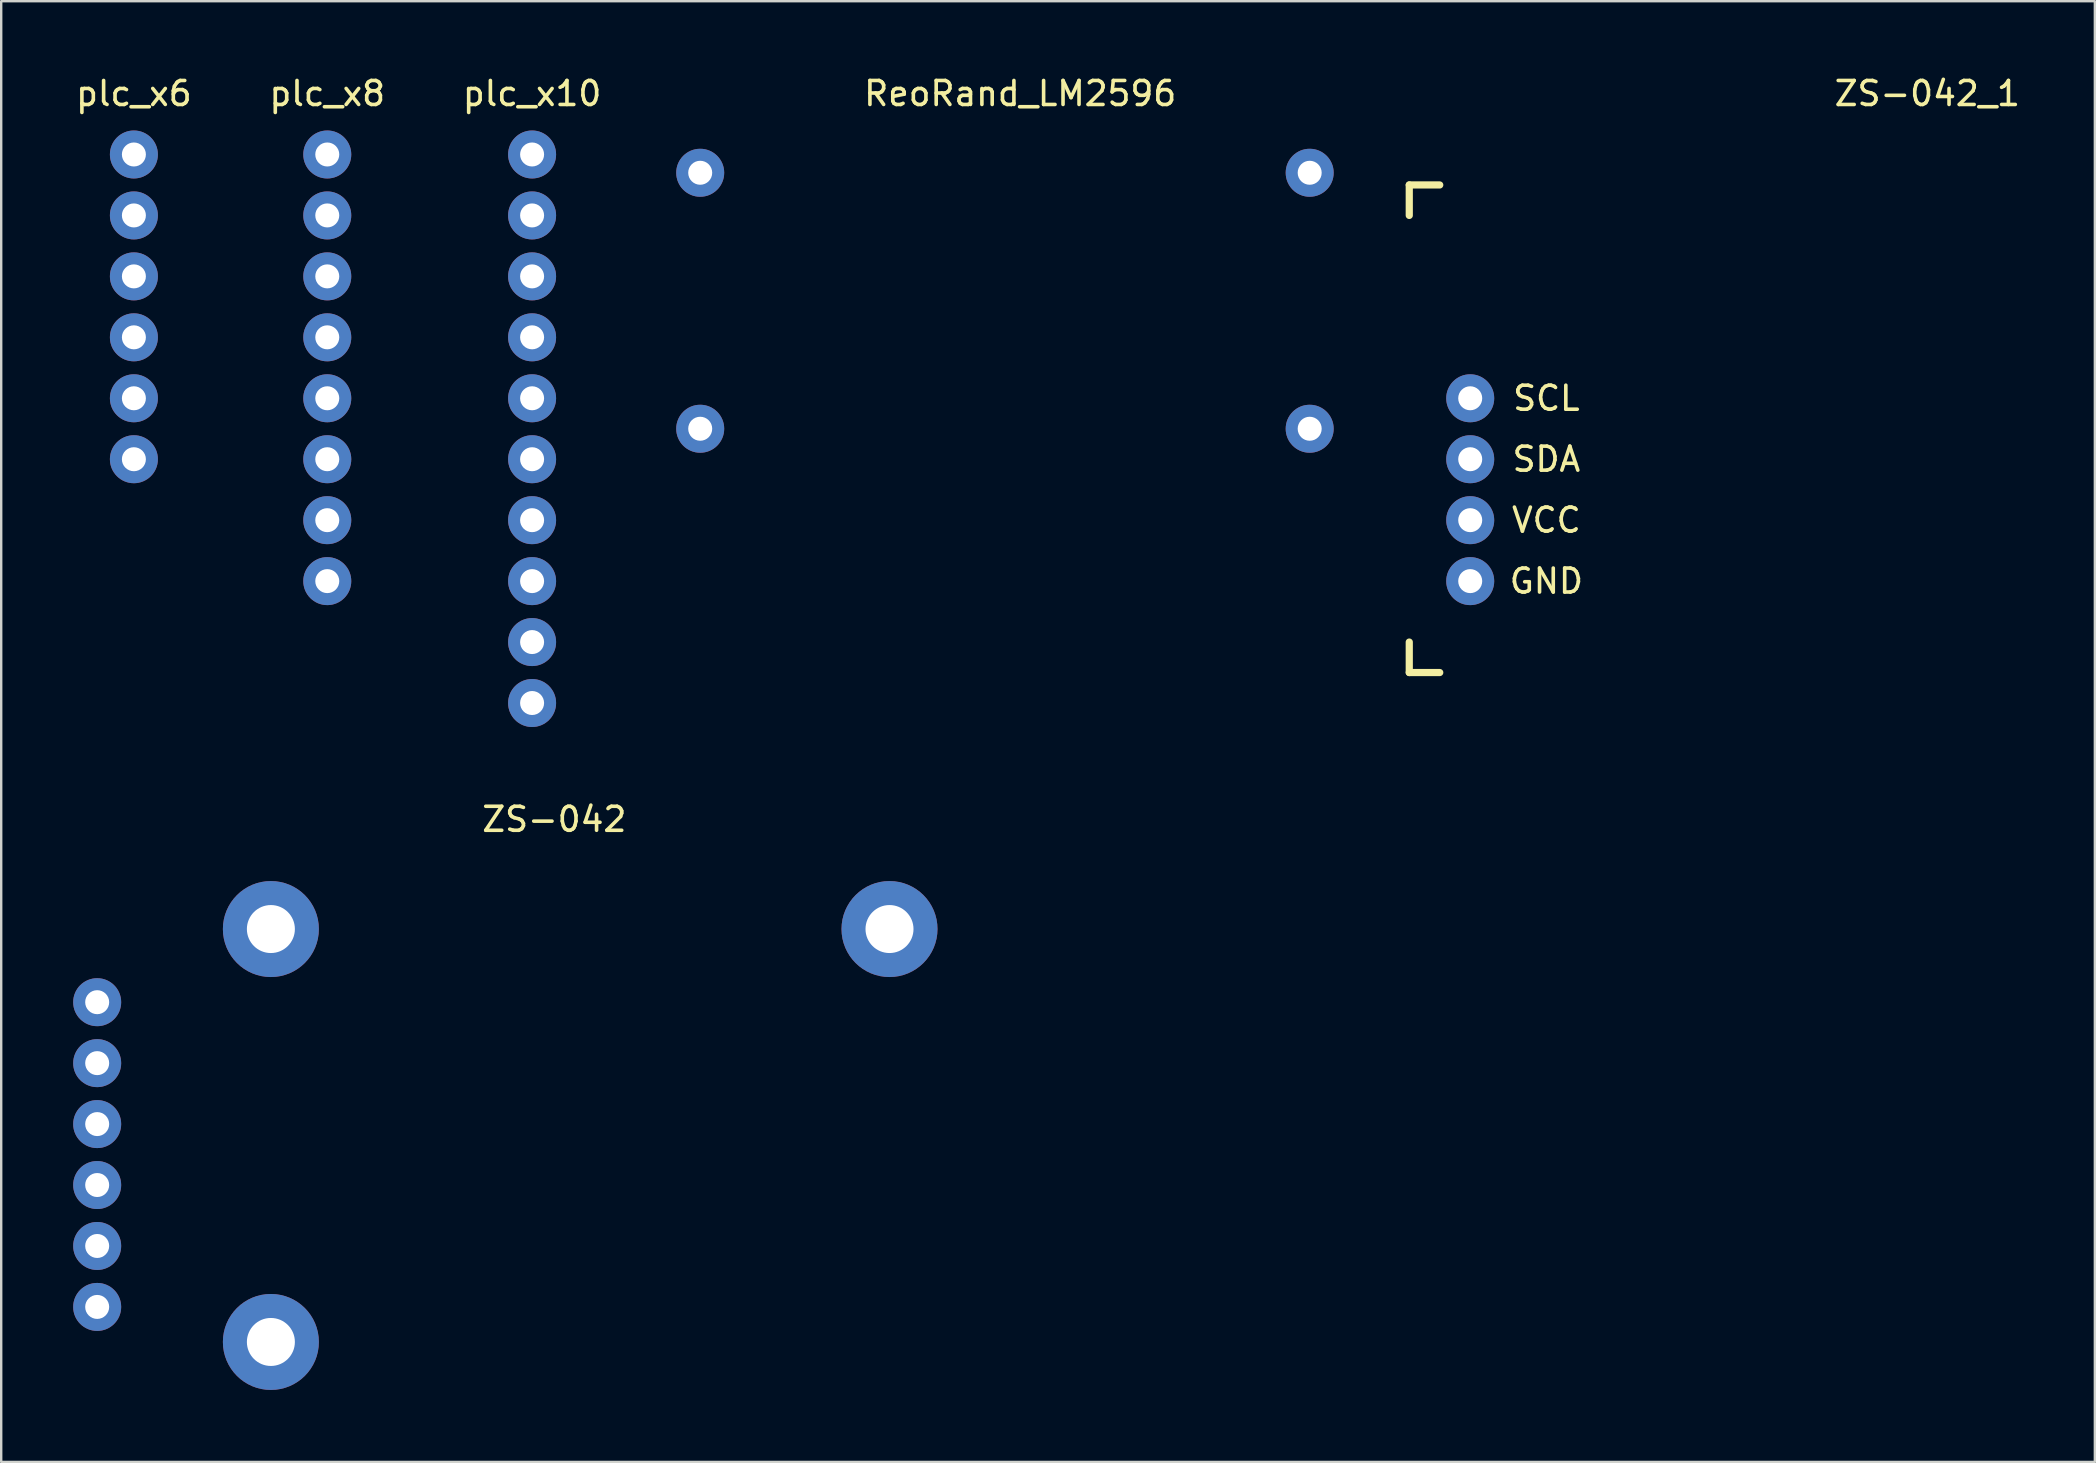
<source format=kicad_pcb>
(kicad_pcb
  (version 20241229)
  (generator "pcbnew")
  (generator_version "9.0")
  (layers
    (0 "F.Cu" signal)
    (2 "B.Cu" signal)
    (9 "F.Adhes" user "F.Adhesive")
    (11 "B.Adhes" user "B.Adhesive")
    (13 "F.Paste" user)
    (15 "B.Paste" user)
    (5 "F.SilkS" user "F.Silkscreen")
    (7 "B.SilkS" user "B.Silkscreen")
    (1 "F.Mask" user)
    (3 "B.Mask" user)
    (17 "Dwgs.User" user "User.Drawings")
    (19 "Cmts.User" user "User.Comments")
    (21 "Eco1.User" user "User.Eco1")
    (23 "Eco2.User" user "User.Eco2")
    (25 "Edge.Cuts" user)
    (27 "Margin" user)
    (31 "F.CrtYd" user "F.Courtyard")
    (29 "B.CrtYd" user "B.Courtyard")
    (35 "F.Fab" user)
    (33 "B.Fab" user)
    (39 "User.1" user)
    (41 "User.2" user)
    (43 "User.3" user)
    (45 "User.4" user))
  (footprint "ZS-042_1"
    (layer "F.Cu")
    (at 58.221 21.168)
    (property "Reference" "ZS-042_1" (at 19.05 -20.32 0) (layer "F.SilkS") (effects (font (size 1 1) (thickness 0.15))))
    (attr through_hole)
    (fp_line (start -2.54 -16.51) (end -2.54 -15.24) (stroke (width 0.3) (type solid)) (layer "F.SilkS"))
    (fp_line (start -2.54 3.81) (end -2.54 2.54) (stroke (width 0.3) (type solid)) (layer "F.SilkS"))
    (fp_line (start -1.27 -16.51) (end -2.54 -16.51) (stroke (width 0.3) (type solid)) (layer "F.SilkS"))
    (fp_line (start -1.27 3.81) (end -2.54 3.81) (stroke (width 0.3) (type solid)) (layer "F.SilkS"))
    (fp_text user "SDA" (at 3.175 -5.08 0) (layer "F.SilkS") (effects (font (size 1 1) (thickness 0.15))))
    (fp_text user "GND" (at 3.175 0 0) (layer "F.SilkS") (effects (font (size 1 1) (thickness 0.15))))
    (fp_text user "VCC" (at 3.175 -2.54 0) (layer "F.SilkS") (effects (font (size 1 1) (thickness 0.15))))
    (fp_text user "SCL" (at 3.175 -7.62 0) (layer "F.SilkS") (effects (font (size 1 1) (thickness 0.15))))
    (pad "3" thru_hole circle (at 0 -7.62) (size 2 2) (drill 1) (layers "*.Cu" "*.Mask"))
    (pad "4" thru_hole circle (at 0 -5.08) (size 2 2) (drill 1) (layers "*.Cu" "*.Mask"))
    (pad "5" thru_hole circle (at 0 -2.54) (size 2 2) (drill 1) (layers "*.Cu" "*.Mask"))
    (pad "6" thru_hole circle (at 0 0) (size 2 2) (drill 1) (layers "*.Cu" "*.Mask")))
  (footprint "plc_x6"
    (layer "F.Cu")
    (at 2.53 16.088)
    (property "Reference" "plc_x6" (at 0 -15.24 0) (layer "F.SilkS") (effects (font (size 1 1) (thickness 0.15))))
    (attr through_hole)
    (pad "1" thru_hole circle (at 0 -12.7) (size 2 2) (drill 1) (layers "*.Cu" "*.Mask"))
    (pad "2" thru_hole circle (at 0 -10.16) (size 2 2) (drill 1) (layers "*.Cu" "*.Mask"))
    (pad "3" thru_hole circle (at 0 -7.62) (size 2 2) (drill 1) (layers "*.Cu" "*.Mask"))
    (pad "4" thru_hole circle (at 0 -5.08) (size 2 2) (drill 1) (layers "*.Cu" "*.Mask"))
    (pad "5" thru_hole circle (at 0 -2.54) (size 2 2) (drill 1) (layers "*.Cu" "*.Mask"))
    (pad "6" thru_hole circle (at 0 0) (size 2 2) (drill 1) (layers "*.Cu" "*.Mask")))
  (footprint "plc_x8"
    (layer "F.Cu")
    (at 10.589 21.168)
    (property "Reference" "plc_x8" (at 0 -20.32 0) (layer "F.SilkS") (effects (font (size 1 1) (thickness 0.15))))
    (attr through_hole)
    (pad "1" thru_hole circle (at 0 -17.78) (size 2 2) (drill 1) (layers "*.Cu" "*.Mask"))
    (pad "2" thru_hole circle (at 0 -15.24) (size 2 2) (drill 1) (layers "*.Cu" "*.Mask"))
    (pad "3" thru_hole circle (at 0 -12.7) (size 2 2) (drill 1) (layers "*.Cu" "*.Mask"))
    (pad "4" thru_hole circle (at 0 -10.16) (size 2 2) (drill 1) (layers "*.Cu" "*.Mask"))
    (pad "5" thru_hole circle (at 0 -7.62) (size 2 2) (drill 1) (layers "*.Cu" "*.Mask"))
    (pad "6" thru_hole circle (at 0 -5.08) (size 2 2) (drill 1) (layers "*.Cu" "*.Mask"))
    (pad "7" thru_hole circle (at 0 -2.54) (size 2 2) (drill 1) (layers "*.Cu" "*.Mask"))
    (pad "8" thru_hole circle (at 0 0) (size 2 2) (drill 1) (layers "*.Cu" "*.Mask")))
  (footprint "ReoRand_LM2596"
    (layer "F.Cu")
    (at 26.131 14.818)
    (property "Reference" "ReoRand_LM2596" (at 13.335 -13.97 0) (layer "F.SilkS") (effects (font (size 1 1) (thickness 0.15))))
    (attr through_hole)
    (pad "1" thru_hole circle (at 0 -10.668) (size 2 2) (drill 1) (layers "*.Cu" "*.Mask"))
    (pad "2" thru_hole circle (at 0 0) (size 2 2) (drill 1) (layers "*.Cu" "*.Mask"))
    (pad "3" thru_hole circle (at 25.4 -10.668) (size 2 2) (drill 1) (layers "*.Cu" "*.Mask"))
    (pad "4" thru_hole circle (at 25.4 0) (size 2 2) (drill 1) (layers "*.Cu" "*.Mask")))
  (footprint "plc_x10"
    (layer "F.Cu")
    (at 19.125 26.248)
    (property "Reference" "plc_x10" (at 0 -25.4 0) (layer "F.SilkS") (effects (font (size 1 1) (thickness 0.15))))
    (attr through_hole)
    (pad "1" thru_hole circle (at 0 -22.86) (size 2 2) (drill 1) (layers "*.Cu" "*.Mask"))
    (pad "2" thru_hole circle (at 0 -20.32) (size 2 2) (drill 1) (layers "*.Cu" "*.Mask"))
    (pad "3" thru_hole circle (at 0 -17.78) (size 2 2) (drill 1) (layers "*.Cu" "*.Mask"))
    (pad "4" thru_hole circle (at 0 -15.24) (size 2 2) (drill 1) (layers "*.Cu" "*.Mask"))
    (pad "5" thru_hole circle (at 0 -12.7) (size 2 2) (drill 1) (layers "*.Cu" "*.Mask"))
    (pad "6" thru_hole circle (at 0 -10.16) (size 2 2) (drill 1) (layers "*.Cu" "*.Mask"))
    (pad "7" thru_hole circle (at 0 -7.62) (size 2 2) (drill 1) (layers "*.Cu" "*.Mask"))
    (pad "8" thru_hole circle (at 0 -5.08) (size 2 2) (drill 1) (layers "*.Cu" "*.Mask"))
    (pad "9" thru_hole circle (at 0 -2.54) (size 2 2) (drill 1) (layers "*.Cu" "*.Mask"))
    (pad "10" thru_hole circle (at 0 0) (size 2 2) (drill 1) (layers "*.Cu" "*.Mask")))
  (footprint "ZS-042"
    (layer "F.Cu")
    (at 1 51.416)
    (property "Reference" "ZS-042" (at 19.05 -20.32 0) (layer "F.SilkS") (effects (font (size 1 1) (thickness 0.15))))
    (attr through_hole)
    (pad "" thru_hole circle (at 7.239 -15.748) (size 4 4) (drill 2) (layers "*.Cu" "*.Mask"))
    (pad "" thru_hole circle (at 7.239 1.46) (size 4 4) (drill 2) (layers "*.Cu" "*.Mask"))
    (pad "" thru_hole circle (at 33.02 -15.748) (size 4 4) (drill 2) (layers "*.Cu" "*.Mask"))
    (pad "1" thru_hole circle (at 0 -12.7) (size 2 2) (drill 1) (layers "*.Cu" "*.Mask"))
    (pad "2" thru_hole circle (at 0 -10.16) (size 2 2) (drill 1) (layers "*.Cu" "*.Mask"))
    (pad "3" thru_hole circle (at 0 -7.62) (size 2 2) (drill 1) (layers "*.Cu" "*.Mask"))
    (pad "4" thru_hole circle (at 0 -5.08) (size 2 2) (drill 1) (layers "*.Cu" "*.Mask"))
    (pad "5" thru_hole circle (at 0 -2.54) (size 2 2) (drill 1) (layers "*.Cu" "*.Mask"))
    (pad "6" thru_hole circle (at 0 0) (size 2 2) (drill 1) (layers "*.Cu" "*.Mask")))
  (gr_rect
    (start -3 -3)
    (end 84.253 57.877)
    (stroke (width 0.1) (type default))
    (fill no)
    (layer "Edge.Cuts")))
</source>
